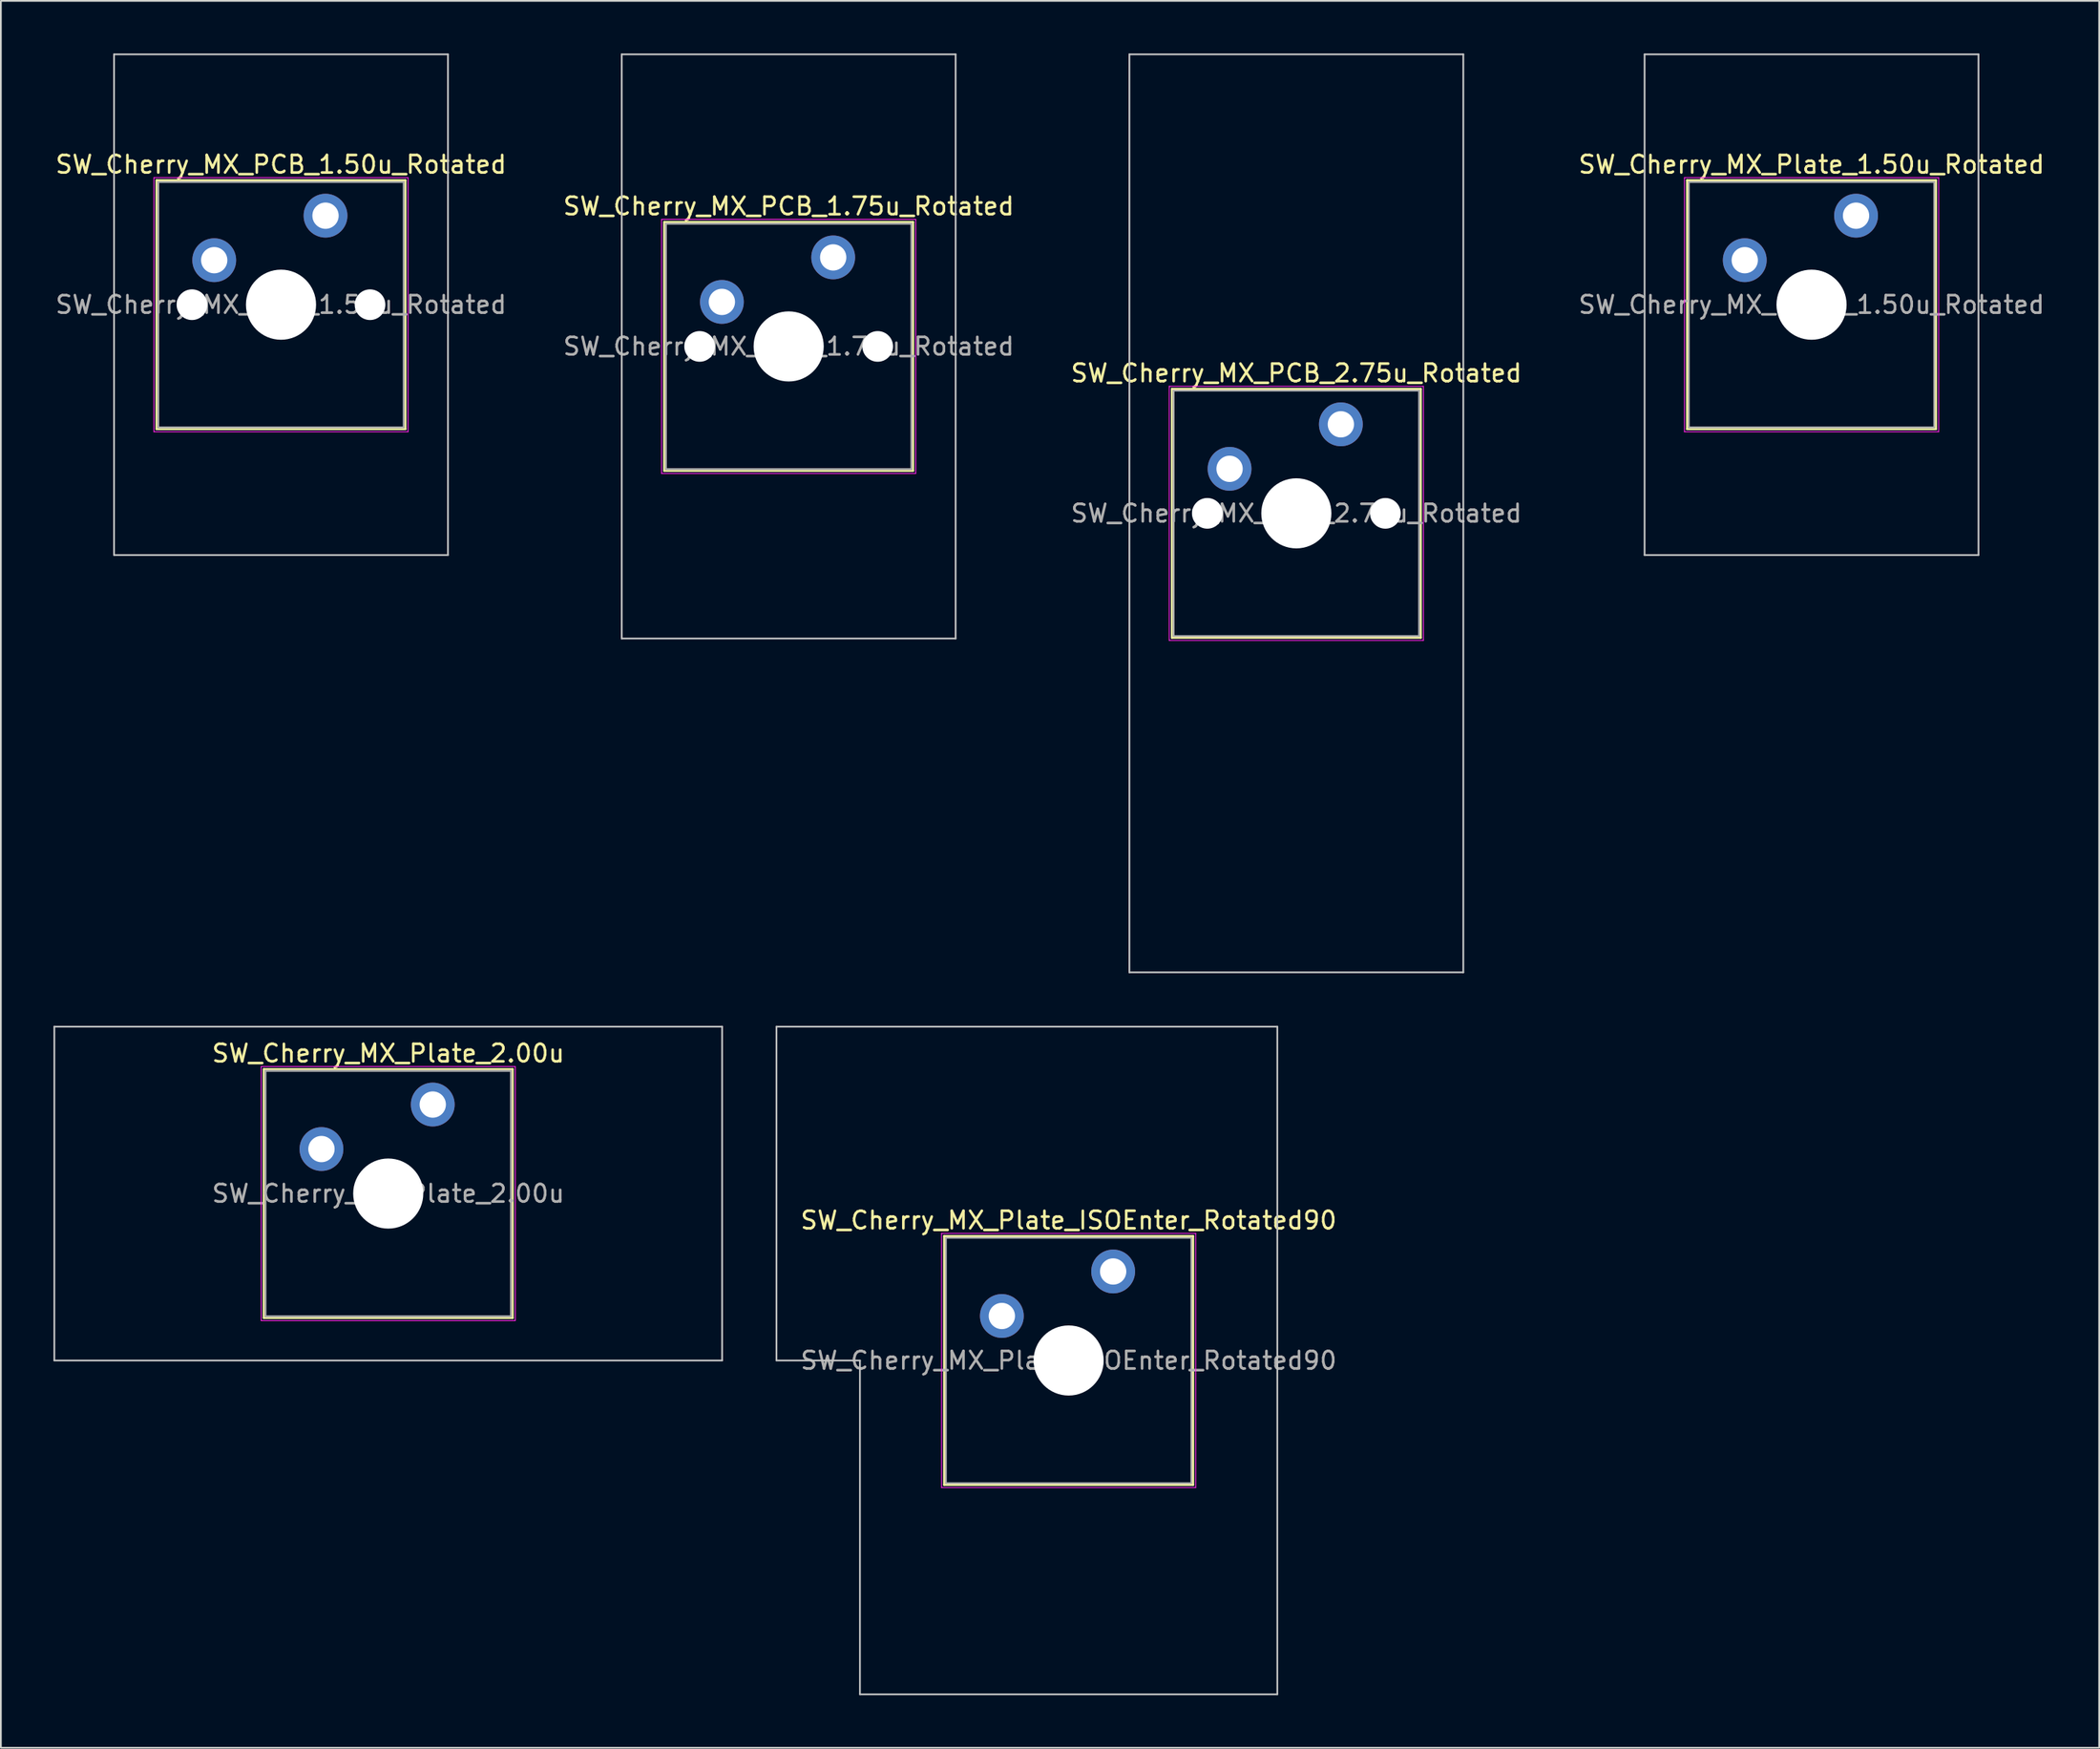
<source format=kicad_pcb>
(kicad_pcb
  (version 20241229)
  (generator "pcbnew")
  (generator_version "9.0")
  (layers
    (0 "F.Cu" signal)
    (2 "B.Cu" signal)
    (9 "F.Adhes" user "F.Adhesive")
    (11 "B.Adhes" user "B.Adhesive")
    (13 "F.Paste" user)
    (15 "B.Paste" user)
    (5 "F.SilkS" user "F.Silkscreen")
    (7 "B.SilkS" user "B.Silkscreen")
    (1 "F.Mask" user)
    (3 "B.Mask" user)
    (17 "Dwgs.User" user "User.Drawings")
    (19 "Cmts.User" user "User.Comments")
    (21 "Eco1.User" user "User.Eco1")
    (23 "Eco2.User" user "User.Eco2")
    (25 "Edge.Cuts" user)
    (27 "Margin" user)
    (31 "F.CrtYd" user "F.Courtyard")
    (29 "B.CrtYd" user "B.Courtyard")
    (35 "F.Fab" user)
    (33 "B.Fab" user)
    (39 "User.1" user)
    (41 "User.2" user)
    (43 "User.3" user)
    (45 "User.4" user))
  (footprint "SW_Cherry_MX_Plate_2.00u"
    (layer "F.Cu")
    (at 19.1 65.062)
    (property "Reference" "SW_Cherry_MX_Plate_2.00u" (at 0 -8 0) (layer "F.SilkS") (effects (font (size 1 1) (thickness 0.15))))
    (attr through_hole)
    (fp_line (start -7.1 -7.1) (end -7.1 7.1) (stroke (width 0.12) (type solid)) (layer "F.SilkS"))
    (fp_line (start -7.1 7.1) (end 7.1 7.1) (stroke (width 0.12) (type solid)) (layer "F.SilkS"))
    (fp_line (start 7.1 -7.1) (end -7.1 -7.1) (stroke (width 0.12) (type solid)) (layer "F.SilkS"))
    (fp_line (start 7.1 7.1) (end 7.1 -7.1) (stroke (width 0.12) (type solid)) (layer "F.SilkS"))
    (fp_line (start -19.05 -9.525) (end -19.05 9.525) (stroke (width 0.1) (type solid)) (layer "Dwgs.User"))
    (fp_line (start -19.05 9.525) (end 19.05 9.525) (stroke (width 0.1) (type solid)) (layer "Dwgs.User"))
    (fp_line (start 19.05 -9.525) (end -19.05 -9.525) (stroke (width 0.1) (type solid)) (layer "Dwgs.User"))
    (fp_line (start 19.05 9.525) (end 19.05 -9.525) (stroke (width 0.1) (type solid)) (layer "Dwgs.User"))
    (fp_line (start -7.25 -7.25) (end -7.25 7.25) (stroke (width 0.05) (type solid)) (layer "F.CrtYd"))
    (fp_line (start -7.25 7.25) (end 7.25 7.25) (stroke (width 0.05) (type solid)) (layer "F.CrtYd"))
    (fp_line (start 7.25 -7.25) (end -7.25 -7.25) (stroke (width 0.05) (type solid)) (layer "F.CrtYd"))
    (fp_line (start 7.25 7.25) (end 7.25 -7.25) (stroke (width 0.05) (type solid)) (layer "F.CrtYd"))
    (fp_line (start -7 -7) (end -7 7) (stroke (width 0.1) (type solid)) (layer "F.Fab"))
    (fp_line (start -7 7) (end 7 7) (stroke (width 0.1) (type solid)) (layer "F.Fab"))
    (fp_line (start 7 -7) (end -7 -7) (stroke (width 0.1) (type solid)) (layer "F.Fab"))
    (fp_line (start 7 7) (end 7 -7) (stroke (width 0.1) (type solid)) (layer "F.Fab"))
    (fp_text user "${REFERENCE}" (at 0 0 0) (layer "F.Fab") (effects (font (size 1 1) (thickness 0.15))))
    (pad "" np_thru_hole circle (at 0 0) (size 4 4) (drill 4) (layers "*.Cu" "*.Mask"))
    (pad "1" thru_hole circle (at -3.81 -2.54) (size 2.5 2.5) (drill 1.5) (layers "*.Cu" "B.Mask"))
    (pad "2" thru_hole circle (at 2.54 -5.08) (size 2.5 2.5) (drill 1.5) (layers "*.Cu" "B.Mask")))
  (footprint "SW_Cherry_MX_PCB_1.50u_Rotated"
    (layer "F.Cu")
    (at 12.982 14.338)
    (property "Reference" "SW_Cherry_MX_PCB_1.50u_Rotated" (at 0 -8 0) (layer "F.SilkS") (effects (font (size 1 1) (thickness 0.15))))
    (attr through_hole)
    (fp_line (start -7.1 -7.1) (end -7.1 7.1) (stroke (width 0.12) (type solid)) (layer "F.SilkS"))
    (fp_line (start -7.1 7.1) (end 7.1 7.1) (stroke (width 0.12) (type solid)) (layer "F.SilkS"))
    (fp_line (start 7.1 -7.1) (end -7.1 -7.1) (stroke (width 0.12) (type solid)) (layer "F.SilkS"))
    (fp_line (start 7.1 7.1) (end 7.1 -7.1) (stroke (width 0.12) (type solid)) (layer "F.SilkS"))
    (fp_line (start -9.525 -14.287) (end -9.525 14.287) (stroke (width 0.1) (type solid)) (layer "Dwgs.User"))
    (fp_line (start -9.525 14.287) (end 9.525 14.287) (stroke (width 0.1) (type solid)) (layer "Dwgs.User"))
    (fp_line (start 9.525 -14.287) (end -9.525 -14.287) (stroke (width 0.1) (type solid)) (layer "Dwgs.User"))
    (fp_line (start 9.525 14.287) (end 9.525 -14.287) (stroke (width 0.1) (type solid)) (layer "Dwgs.User"))
    (fp_line (start -7.25 -7.25) (end -7.25 7.25) (stroke (width 0.05) (type solid)) (layer "F.CrtYd"))
    (fp_line (start -7.25 7.25) (end 7.25 7.25) (stroke (width 0.05) (type solid)) (layer "F.CrtYd"))
    (fp_line (start 7.25 -7.25) (end -7.25 -7.25) (stroke (width 0.05) (type solid)) (layer "F.CrtYd"))
    (fp_line (start 7.25 7.25) (end 7.25 -7.25) (stroke (width 0.05) (type solid)) (layer "F.CrtYd"))
    (fp_line (start -7 -7) (end -7 7) (stroke (width 0.1) (type solid)) (layer "F.Fab"))
    (fp_line (start -7 7) (end 7 7) (stroke (width 0.1) (type solid)) (layer "F.Fab"))
    (fp_line (start 7 -7) (end -7 -7) (stroke (width 0.1) (type solid)) (layer "F.Fab"))
    (fp_line (start 7 7) (end 7 -7) (stroke (width 0.1) (type solid)) (layer "F.Fab"))
    (fp_text user "${REFERENCE}" (at 0 0 0) (layer "F.Fab") (effects (font (size 1 1) (thickness 0.15))))
    (pad "" np_thru_hole circle (at -5.08 0) (size 1.75 1.75) (drill 1.75) (layers "*.Cu" "*.Mask"))
    (pad "" np_thru_hole circle (at 0 0) (size 4 4) (drill 4) (layers "*.Cu" "*.Mask"))
    (pad "" np_thru_hole circle (at 5.08 0) (size 1.75 1.75) (drill 1.75) (layers "*.Cu" "*.Mask"))
    (pad "1" thru_hole circle (at -3.81 -2.54) (size 2.5 2.5) (drill 1.5) (layers "*.Cu" "B.Mask"))
    (pad "2" thru_hole circle (at 2.54 -5.08) (size 2.5 2.5) (drill 1.5) (layers "*.Cu" "B.Mask")))
  (footprint "SW_Cherry_MX_PCB_1.75u_Rotated"
    (layer "F.Cu")
    (at 41.946 16.719)
    (property "Reference" "SW_Cherry_MX_PCB_1.75u_Rotated" (at 0 -8 0) (layer "F.SilkS") (effects (font (size 1 1) (thickness 0.15))))
    (attr through_hole)
    (fp_line (start -7.1 -7.1) (end -7.1 7.1) (stroke (width 0.12) (type solid)) (layer "F.SilkS"))
    (fp_line (start -7.1 7.1) (end 7.1 7.1) (stroke (width 0.12) (type solid)) (layer "F.SilkS"))
    (fp_line (start 7.1 -7.1) (end -7.1 -7.1) (stroke (width 0.12) (type solid)) (layer "F.SilkS"))
    (fp_line (start 7.1 7.1) (end 7.1 -7.1) (stroke (width 0.12) (type solid)) (layer "F.SilkS"))
    (fp_line (start -9.525 -16.669) (end -9.525 16.669) (stroke (width 0.1) (type solid)) (layer "Dwgs.User"))
    (fp_line (start -9.525 16.669) (end 9.525 16.669) (stroke (width 0.1) (type solid)) (layer "Dwgs.User"))
    (fp_line (start 9.525 -16.669) (end -9.525 -16.669) (stroke (width 0.1) (type solid)) (layer "Dwgs.User"))
    (fp_line (start 9.525 16.669) (end 9.525 -16.669) (stroke (width 0.1) (type solid)) (layer "Dwgs.User"))
    (fp_line (start -7.25 -7.25) (end -7.25 7.25) (stroke (width 0.05) (type solid)) (layer "F.CrtYd"))
    (fp_line (start -7.25 7.25) (end 7.25 7.25) (stroke (width 0.05) (type solid)) (layer "F.CrtYd"))
    (fp_line (start 7.25 -7.25) (end -7.25 -7.25) (stroke (width 0.05) (type solid)) (layer "F.CrtYd"))
    (fp_line (start 7.25 7.25) (end 7.25 -7.25) (stroke (width 0.05) (type solid)) (layer "F.CrtYd"))
    (fp_line (start -7 -7) (end -7 7) (stroke (width 0.1) (type solid)) (layer "F.Fab"))
    (fp_line (start -7 7) (end 7 7) (stroke (width 0.1) (type solid)) (layer "F.Fab"))
    (fp_line (start 7 -7) (end -7 -7) (stroke (width 0.1) (type solid)) (layer "F.Fab"))
    (fp_line (start 7 7) (end 7 -7) (stroke (width 0.1) (type solid)) (layer "F.Fab"))
    (fp_text user "${REFERENCE}" (at 0 0 0) (layer "F.Fab") (effects (font (size 1 1) (thickness 0.15))))
    (pad "" np_thru_hole circle (at -5.08 0) (size 1.75 1.75) (drill 1.75) (layers "*.Cu" "*.Mask"))
    (pad "" np_thru_hole circle (at 0 0) (size 4 4) (drill 4) (layers "*.Cu" "*.Mask"))
    (pad "" np_thru_hole circle (at 5.08 0) (size 1.75 1.75) (drill 1.75) (layers "*.Cu" "*.Mask"))
    (pad "1" thru_hole circle (at -3.81 -2.54) (size 2.5 2.5) (drill 1.5) (layers "*.Cu" "B.Mask"))
    (pad "2" thru_hole circle (at 2.54 -5.08) (size 2.5 2.5) (drill 1.5) (layers "*.Cu" "B.Mask")))
  (footprint "SW_Cherry_MX_Plate_ISOEnter_Rotated90"
    (layer "F.Cu")
    (at 57.919 74.588)
    (property "Reference" "SW_Cherry_MX_Plate_ISOEnter_Rotated90" (at 0 -8 0) (layer "F.SilkS") (effects (font (size 1 1) (thickness 0.15))))
    (attr through_hole)
    (fp_line (start -7.1 -7.1) (end -7.1 7.1) (stroke (width 0.12) (type solid)) (layer "F.SilkS"))
    (fp_line (start -7.1 7.1) (end 7.1 7.1) (stroke (width 0.12) (type solid)) (layer "F.SilkS"))
    (fp_line (start 7.1 -7.1) (end -7.1 -7.1) (stroke (width 0.12) (type solid)) (layer "F.SilkS"))
    (fp_line (start 7.1 7.1) (end 7.1 -7.1) (stroke (width 0.12) (type solid)) (layer "F.SilkS"))
    (fp_line (start -16.669 -19.05) (end -16.669 0) (stroke (width 0.1) (type solid)) (layer "Dwgs.User"))
    (fp_line (start -16.669 0) (end -11.906 0) (stroke (width 0.1) (type solid)) (layer "Dwgs.User"))
    (fp_line (start -11.906 0) (end -11.906 19.05) (stroke (width 0.1) (type solid)) (layer "Dwgs.User"))
    (fp_line (start -11.906 19.05) (end 11.906 19.05) (stroke (width 0.1) (type solid)) (layer "Dwgs.User"))
    (fp_line (start 11.906 -19.05) (end -16.669 -19.05) (stroke (width 0.1) (type solid)) (layer "Dwgs.User"))
    (fp_line (start 11.906 19.05) (end 11.906 -19.05) (stroke (width 0.1) (type solid)) (layer "Dwgs.User"))
    (fp_line (start -7.25 -7.25) (end -7.25 7.25) (stroke (width 0.05) (type solid)) (layer "F.CrtYd"))
    (fp_line (start -7.25 7.25) (end 7.25 7.25) (stroke (width 0.05) (type solid)) (layer "F.CrtYd"))
    (fp_line (start 7.25 -7.25) (end -7.25 -7.25) (stroke (width 0.05) (type solid)) (layer "F.CrtYd"))
    (fp_line (start 7.25 7.25) (end 7.25 -7.25) (stroke (width 0.05) (type solid)) (layer "F.CrtYd"))
    (fp_line (start -7 -7) (end -7 7) (stroke (width 0.1) (type solid)) (layer "F.Fab"))
    (fp_line (start -7 7) (end 7 7) (stroke (width 0.1) (type solid)) (layer "F.Fab"))
    (fp_line (start 7 -7) (end -7 -7) (stroke (width 0.1) (type solid)) (layer "F.Fab"))
    (fp_line (start 7 7) (end 7 -7) (stroke (width 0.1) (type solid)) (layer "F.Fab"))
    (fp_text user "${REFERENCE}" (at 0 0 0) (layer "F.Fab") (effects (font (size 1 1) (thickness 0.15))))
    (pad "" np_thru_hole circle (at 0 0) (size 4 4) (drill 4) (layers "*.Cu" "*.Mask"))
    (pad "1" thru_hole circle (at -3.81 -2.54) (size 2.5 2.5) (drill 1.5) (layers "*.Cu" "B.Mask"))
    (pad "2" thru_hole circle (at 2.54 -5.08) (size 2.5 2.5) (drill 1.5) (layers "*.Cu" "B.Mask")))
  (footprint "SW_Cherry_MX_PCB_2.75u_Rotated"
    (layer "F.Cu")
    (at 70.911 26.244)
    (property "Reference" "SW_Cherry_MX_PCB_2.75u_Rotated" (at 0 -8 0) (layer "F.SilkS") (effects (font (size 1 1) (thickness 0.15))))
    (attr through_hole)
    (fp_line (start -7.1 -7.1) (end -7.1 7.1) (stroke (width 0.12) (type solid)) (layer "F.SilkS"))
    (fp_line (start -7.1 7.1) (end 7.1 7.1) (stroke (width 0.12) (type solid)) (layer "F.SilkS"))
    (fp_line (start 7.1 -7.1) (end -7.1 -7.1) (stroke (width 0.12) (type solid)) (layer "F.SilkS"))
    (fp_line (start 7.1 7.1) (end 7.1 -7.1) (stroke (width 0.12) (type solid)) (layer "F.SilkS"))
    (fp_line (start -9.525 -26.194) (end -9.525 26.194) (stroke (width 0.1) (type solid)) (layer "Dwgs.User"))
    (fp_line (start -9.525 26.194) (end 9.525 26.194) (stroke (width 0.1) (type solid)) (layer "Dwgs.User"))
    (fp_line (start 9.525 -26.194) (end -9.525 -26.194) (stroke (width 0.1) (type solid)) (layer "Dwgs.User"))
    (fp_line (start 9.525 26.194) (end 9.525 -26.194) (stroke (width 0.1) (type solid)) (layer "Dwgs.User"))
    (fp_line (start -7.25 -7.25) (end -7.25 7.25) (stroke (width 0.05) (type solid)) (layer "F.CrtYd"))
    (fp_line (start -7.25 7.25) (end 7.25 7.25) (stroke (width 0.05) (type solid)) (layer "F.CrtYd"))
    (fp_line (start 7.25 -7.25) (end -7.25 -7.25) (stroke (width 0.05) (type solid)) (layer "F.CrtYd"))
    (fp_line (start 7.25 7.25) (end 7.25 -7.25) (stroke (width 0.05) (type solid)) (layer "F.CrtYd"))
    (fp_line (start -7 -7) (end -7 7) (stroke (width 0.1) (type solid)) (layer "F.Fab"))
    (fp_line (start -7 7) (end 7 7) (stroke (width 0.1) (type solid)) (layer "F.Fab"))
    (fp_line (start 7 -7) (end -7 -7) (stroke (width 0.1) (type solid)) (layer "F.Fab"))
    (fp_line (start 7 7) (end 7 -7) (stroke (width 0.1) (type solid)) (layer "F.Fab"))
    (fp_text user "${REFERENCE}" (at 0 0 0) (layer "F.Fab") (effects (font (size 1 1) (thickness 0.15))))
    (pad "" np_thru_hole circle (at -5.08 0) (size 1.75 1.75) (drill 1.75) (layers "*.Cu" "*.Mask"))
    (pad "" np_thru_hole circle (at 0 0) (size 4 4) (drill 4) (layers "*.Cu" "*.Mask"))
    (pad "" np_thru_hole circle (at 5.08 0) (size 1.75 1.75) (drill 1.75) (layers "*.Cu" "*.Mask"))
    (pad "1" thru_hole circle (at -3.81 -2.54) (size 2.5 2.5) (drill 1.5) (layers "*.Cu" "B.Mask"))
    (pad "2" thru_hole circle (at 2.54 -5.08) (size 2.5 2.5) (drill 1.5) (layers "*.Cu" "B.Mask")))
  (footprint "SW_Cherry_MX_Plate_1.50u_Rotated"
    (layer "F.Cu")
    (at 100.304 14.338)
    (property "Reference" "SW_Cherry_MX_Plate_1.50u_Rotated" (at 0 -8 0) (layer "F.SilkS") (effects (font (size 1 1) (thickness 0.15))))
    (attr through_hole)
    (fp_line (start -7.1 -7.1) (end -7.1 7.1) (stroke (width 0.12) (type solid)) (layer "F.SilkS"))
    (fp_line (start -7.1 7.1) (end 7.1 7.1) (stroke (width 0.12) (type solid)) (layer "F.SilkS"))
    (fp_line (start 7.1 -7.1) (end -7.1 -7.1) (stroke (width 0.12) (type solid)) (layer "F.SilkS"))
    (fp_line (start 7.1 7.1) (end 7.1 -7.1) (stroke (width 0.12) (type solid)) (layer "F.SilkS"))
    (fp_line (start -9.525 -14.287) (end -9.525 14.287) (stroke (width 0.1) (type solid)) (layer "Dwgs.User"))
    (fp_line (start -9.525 14.287) (end 9.525 14.287) (stroke (width 0.1) (type solid)) (layer "Dwgs.User"))
    (fp_line (start 9.525 -14.287) (end -9.525 -14.287) (stroke (width 0.1) (type solid)) (layer "Dwgs.User"))
    (fp_line (start 9.525 14.287) (end 9.525 -14.287) (stroke (width 0.1) (type solid)) (layer "Dwgs.User"))
    (fp_line (start -7.25 -7.25) (end -7.25 7.25) (stroke (width 0.05) (type solid)) (layer "F.CrtYd"))
    (fp_line (start -7.25 7.25) (end 7.25 7.25) (stroke (width 0.05) (type solid)) (layer "F.CrtYd"))
    (fp_line (start 7.25 -7.25) (end -7.25 -7.25) (stroke (width 0.05) (type solid)) (layer "F.CrtYd"))
    (fp_line (start 7.25 7.25) (end 7.25 -7.25) (stroke (width 0.05) (type solid)) (layer "F.CrtYd"))
    (fp_line (start -7 -7) (end -7 7) (stroke (width 0.1) (type solid)) (layer "F.Fab"))
    (fp_line (start -7 7) (end 7 7) (stroke (width 0.1) (type solid)) (layer "F.Fab"))
    (fp_line (start 7 -7) (end -7 -7) (stroke (width 0.1) (type solid)) (layer "F.Fab"))
    (fp_line (start 7 7) (end 7 -7) (stroke (width 0.1) (type solid)) (layer "F.Fab"))
    (fp_text user "${REFERENCE}" (at 0 0 0) (layer "F.Fab") (effects (font (size 1 1) (thickness 0.15))))
    (pad "" np_thru_hole circle (at 0 0) (size 4 4) (drill 4) (layers "*.Cu" "*.Mask"))
    (pad "1" thru_hole circle (at -3.81 -2.54) (size 2.5 2.5) (drill 1.5) (layers "*.Cu" "B.Mask"))
    (pad "2" thru_hole circle (at 2.54 -5.08) (size 2.5 2.5) (drill 1.5) (layers "*.Cu" "B.Mask")))
  (gr_rect
    (start -3 -3)
    (end 116.714 96.688)
    (stroke (width 0.1) (type default))
    (fill no)
    (layer "Edge.Cuts")))
</source>
